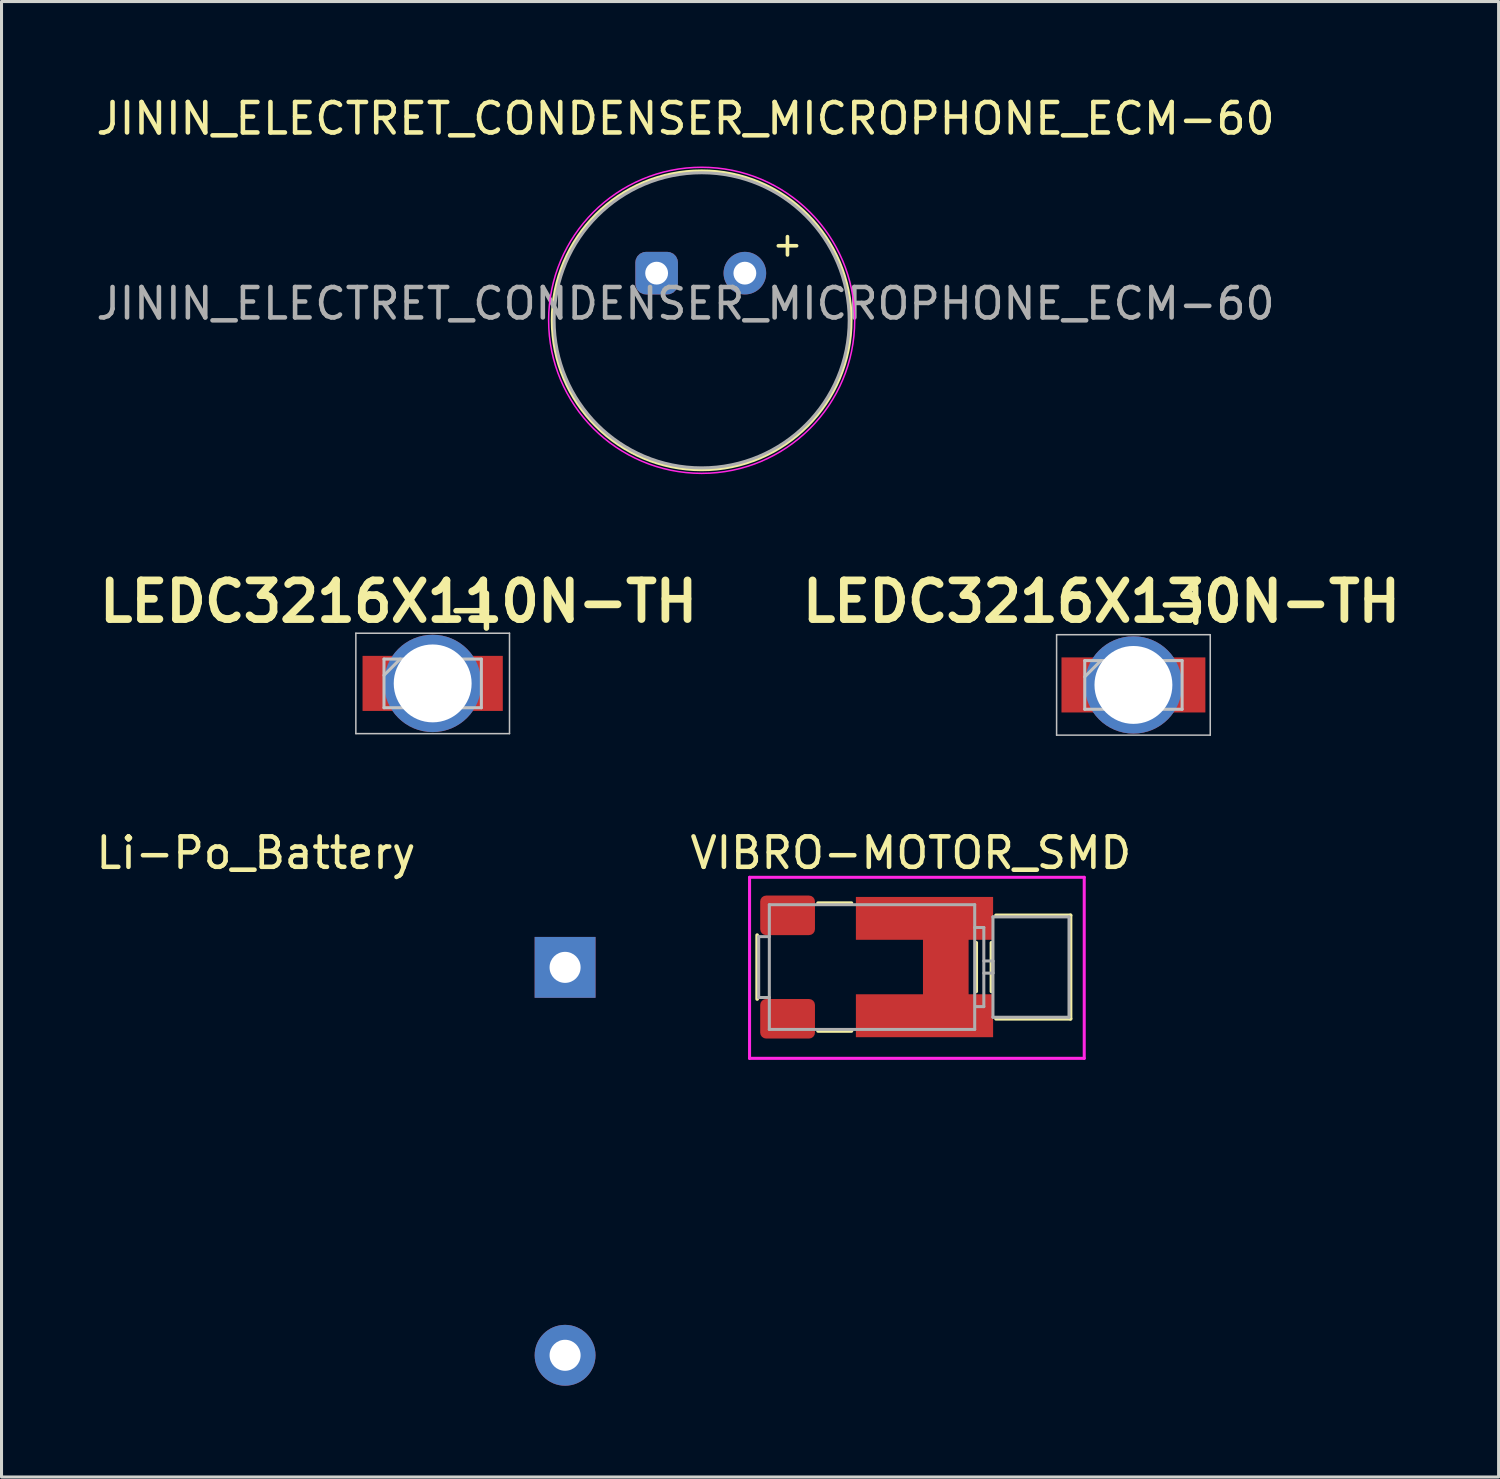
<source format=kicad_pcb>
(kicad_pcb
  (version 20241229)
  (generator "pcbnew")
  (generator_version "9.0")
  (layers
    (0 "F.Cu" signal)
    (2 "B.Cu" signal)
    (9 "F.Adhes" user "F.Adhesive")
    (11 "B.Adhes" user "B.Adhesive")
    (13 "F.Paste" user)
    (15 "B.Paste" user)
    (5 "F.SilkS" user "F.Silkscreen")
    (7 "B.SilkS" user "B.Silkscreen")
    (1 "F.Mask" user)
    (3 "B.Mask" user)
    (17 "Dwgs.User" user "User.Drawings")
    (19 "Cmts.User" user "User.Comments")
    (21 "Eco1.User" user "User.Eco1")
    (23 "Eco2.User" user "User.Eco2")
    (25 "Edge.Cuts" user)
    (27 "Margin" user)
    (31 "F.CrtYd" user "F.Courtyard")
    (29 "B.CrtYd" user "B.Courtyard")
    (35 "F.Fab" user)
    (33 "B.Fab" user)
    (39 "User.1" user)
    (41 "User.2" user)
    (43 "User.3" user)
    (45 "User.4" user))
  (footprint "JININ_ELECTRET_CONDENSER_MICROPHONE_ECM-60"
    (layer "F.Cu")
    (at 18.532 5.928)
    (property "Reference" "JININ_ELECTRET_CONDENSER_MICROPHONE_ECM-60" (at 0.95 -5.08 0) (layer "F.SilkS") (effects (font (size 1 1) (thickness 0.15))))
    (attr through_hole)
    (fp_line (start 4.3 -1.2) (end 4.3 -0.6) (stroke (width 0.12) (type default)) (layer "F.SilkS"))
    (fp_line (start 4.3 -0.9) (end 4 -0.9) (stroke (width 0.12) (type default)) (layer "F.SilkS"))
    (fp_line (start 4.3 -0.9) (end 4.6 -0.9) (stroke (width 0.12) (type default)) (layer "F.SilkS"))
    (fp_circle (center 1.48 1.55) (end 6.38 1.55) (stroke (width 0.12) (type default)) (fill no) (layer "F.SilkS"))
    (fp_circle (center 1.48 1.55) (end 6.51 1.55) (stroke (width 0.05) (type default)) (fill no) (layer "F.CrtYd"))
    (fp_circle (center 1.48 1.55) (end 6.33 1.55) (stroke (width 0.1) (type default)) (fill no) (layer "F.Fab"))
    (fp_text user "${REFERENCE}" (at 0.95 1 0) (layer "F.Fab") (effects (font (size 1 1) (thickness 0.15))))
    (pad "1" thru_hole roundrect (at 0 0) (size 1.4 1.4) (drill 0.75) (layers "*.Cu" "*.Mask") (roundrect_rratio 0.25))
    (pad "2" thru_hole circle (at 2.9 0) (size 1.4 1.4) (drill 0.75) (layers "*.Cu" "*.Mask")))
  (footprint "VIBRO-MOTOR_SMD"
    (layer "F.Cu")
    (at 23.086 28.735)
    (property "Reference" "VIBRO-MOTOR_SMD" (at 3.8 -3.75 0) (layer "F.SilkS") (effects (font (size 1 1) (thickness 0.15))))
    (attr through_hole)
    (fp_line (start -1.25 -1.05) (end -1.25 1.05) (stroke (width 0.12) (type solid)) (layer "F.SilkS"))
    (fp_line (start 0.75 -2.1) (end 1.85 -2.1) (stroke (width 0.12) (type solid)) (layer "F.SilkS"))
    (fp_line (start 0.75 2.1) (end 1.85 2.1) (stroke (width 0.12) (type solid)) (layer "F.SilkS"))
    (fp_line (start 5.95 -0.8) (end 5.95 0.8) (stroke (width 0.12) (type solid)) (layer "F.SilkS"))
    (fp_line (start 6.45 -0.8) (end 6.45 0.8) (stroke (width 0.12) (type solid)) (layer "F.SilkS"))
    (fp_line (start 6.6 -1.7) (end 9.05 -1.7) (stroke (width 0.12) (type solid)) (layer "F.SilkS"))
    (fp_line (start 9.05 -1.7) (end 9.05 1.7) (stroke (width 0.12) (type solid)) (layer "F.SilkS"))
    (fp_line (start 9.05 1.7) (end 6.6 1.7) (stroke (width 0.12) (type solid)) (layer "F.SilkS"))
    (fp_line (start -1.5 -2.95) (end 9.5 -2.95) (stroke (width 0.1) (type solid)) (layer "F.CrtYd"))
    (fp_line (start -1.5 3) (end -1.5 -2.95) (stroke (width 0.1) (type solid)) (layer "F.CrtYd"))
    (fp_line (start 9.5 -2.95) (end 9.5 3) (stroke (width 0.1) (type solid)) (layer "F.CrtYd"))
    (fp_line (start 9.5 3) (end -1.5 3) (stroke (width 0.1) (type solid)) (layer "F.CrtYd"))
    (fp_line (start -1.2 -1) (end -1.2 1) (stroke (width 0.1) (type solid)) (layer "F.Fab"))
    (fp_line (start -1.2 1) (end -0.85 1) (stroke (width 0.1) (type solid)) (layer "F.Fab"))
    (fp_line (start -0.85 -2.05) (end -0.85 2.05) (stroke (width 0.1) (type solid)) (layer "F.Fab"))
    (fp_line (start -0.85 -1) (end -1.2 -1) (stroke (width 0.1) (type solid)) (layer "F.Fab"))
    (fp_line (start -0.85 2.05) (end 5.9 2.05) (stroke (width 0.1) (type solid)) (layer "F.Fab"))
    (fp_line (start 5.9 -2.05) (end -0.85 -2.05) (stroke (width 0.1) (type solid)) (layer "F.Fab"))
    (fp_line (start 5.9 -1.3) (end 6.2 -1.3) (stroke (width 0.1) (type solid)) (layer "F.Fab"))
    (fp_line (start 5.9 2.05) (end 5.9 -2.05) (stroke (width 0.1) (type solid)) (layer "F.Fab"))
    (fp_line (start 6.2 -1.3) (end 6.2 1.3) (stroke (width 0.1) (type solid)) (layer "F.Fab"))
    (fp_line (start 6.2 -0.2) (end 6.5 -0.2) (stroke (width 0.1) (type solid)) (layer "F.Fab"))
    (fp_line (start 6.2 1.3) (end 5.95 1.3) (stroke (width 0.1) (type solid)) (layer "F.Fab"))
    (fp_line (start 6.5 -1.65) (end 6.5 1.65) (stroke (width 0.1) (type solid)) (layer "F.Fab"))
    (fp_line (start 6.5 -0.2) (end 6.5 0.2) (stroke (width 0.1) (type solid)) (layer "F.Fab"))
    (fp_line (start 6.5 0.2) (end 6.2 0.2) (stroke (width 0.1) (type solid)) (layer "F.Fab"))
    (fp_line (start 6.5 1.65) (end 9 1.65) (stroke (width 0.1) (type solid)) (layer "F.Fab"))
    (fp_line (start 9 -1.65) (end 6.5 -1.65) (stroke (width 0.1) (type solid)) (layer "F.Fab"))
    (fp_line (start 9 1.65) (end 9 -1.65) (stroke (width 0.1) (type solid)) (layer "F.Fab"))
    (pad "1" smd roundrect (at -0.25 -1.7) (size 1.8 1.3) (layers "F.Cu" "F.Mask" "F.Paste") (roundrect_rratio 0.15))
    (pad "2" smd roundrect (at -0.25 1.7) (size 1.8 1.3) (layers "F.Cu" "F.Mask" "F.Paste") (roundrect_rratio 0.15))
    (pad "3" smd custom (at 4.95 0) (size 1.5 4.2) (layers "F.Cu" "F.Mask" "F.Paste") (options (anchor rect)) (primitives (gr_poly (pts (xy -2.95 -2.3) (xy 1.55 -2.3) (xy 1.55 -0.9) (xy -2.95 -0.9)) (width 0.01) (fill yes)) (gr_poly (pts (xy -2.95 0.9) (xy 1.55 0.9) (xy 1.55 2.3) (xy -2.95 2.3)) (width 0.01) (fill yes)))))
  (footprint "LEDC3216X110N-TH"
    (layer "F.Cu")
    (at 11.171 19.412)
    (property "Reference" "LEDC3216X110N-TH" (at -1.12 -2.69 0) (layer "F.SilkS") (effects (font (size 1.27 1.27) (thickness 0.254))))
    (attr smd)
    (fp_line (start -2.525 -1.65) (end 2.525 -1.65) (stroke (width 0.05) (type solid)) (layer "Dwgs.User"))
    (fp_line (start -2.525 1.65) (end -2.525 -1.65) (stroke (width 0.05) (type solid)) (layer "Dwgs.User"))
    (fp_line (start -1.6 -0.8) (end 1.6 -0.8) (stroke (width 0.1) (type solid)) (layer "Dwgs.User"))
    (fp_line (start -1.6 -0.267) (end -1.067 -0.8) (stroke (width 0.1) (type solid)) (layer "Dwgs.User"))
    (fp_line (start -1.6 0.8) (end -1.6 -0.8) (stroke (width 0.1) (type solid)) (layer "Dwgs.User"))
    (fp_line (start 1.6 -0.8) (end 1.6 0.8) (stroke (width 0.1) (type solid)) (layer "Dwgs.User"))
    (fp_line (start 1.6 0.8) (end -1.6 0.8) (stroke (width 0.1) (type solid)) (layer "Dwgs.User"))
    (fp_line (start 2.525 -1.65) (end 2.525 1.65) (stroke (width 0.05) (type solid)) (layer "Dwgs.User"))
    (fp_line (start 2.525 1.65) (end -2.525 1.65) (stroke (width 0.05) (type solid)) (layer "Dwgs.User"))
    (fp_text user "T" (at 1.22 -2.39 270) (unlocked yes) (layer "F.SilkS") (effects (font (size 1 2) (thickness 0.18))))
    (pad "1" smd custom (at -1.82 0) (size 0.7 1.8) (layers "F.Cu" "F.Mask" "F.Paste") (options (anchor rect)) (primitives (gr_poly (pts (xy -0.48 0.9) (xy 0.7 0.9) (xy 0.66 0.84) (xy 0.62 0.78) (xy 0.56 0.67) (xy 0.49 0.51) (xy 0.45 0.37) (xy 0.42 0.23) (xy 0.41 0.12) (xy 0.4 -0.01) (xy 0.41 -0.14) (xy 0.42 -0.22) (xy 0.44 -0.33) (xy 0.47 -0.44) (xy 0.5 -0.53) (xy 0.53 -0.6) (xy 0.55 -0.65) (xy 0.58 -0.71) (xy 0.62 -0.78) (xy 0.65 -0.83) (xy 0.7 -0.9) (xy -0.48 -0.9)) (width 0.01) (fill yes))))
    (pad "2" smd custom (at 1.82 0) (size 0.7 1.8) (layers "F.Cu" "F.Mask" "F.Paste") (options (anchor rect)) (primitives (gr_poly (pts (xy 0.48 -0.9) (xy -0.7 -0.9) (xy -0.66 -0.84) (xy -0.62 -0.78) (xy -0.56 -0.67) (xy -0.49 -0.51) (xy -0.45 -0.37) (xy -0.42 -0.23) (xy -0.41 -0.12) (xy -0.4 0.01) (xy -0.41 0.14) (xy -0.42 0.22) (xy -0.44 0.33) (xy -0.47 0.44) (xy -0.5 0.53) (xy -0.53 0.6) (xy -0.55 0.65) (xy -0.58 0.71) (xy -0.62 0.78) (xy -0.65 0.83) (xy -0.7 0.9) (xy 0.48 0.9)) (width 0.01) (fill yes))))
    (pad "3" thru_hole circle (at 0 0) (size 3.2 3.2) (drill 2.56) (layers "B.Cu" "B.Mask")))
  (footprint "Li-Po_Battery"
    (layer "F.Cu")
    (at 15.523 35.145)
    (property "Reference" "Li-Po_Battery" (at -10.16 -10.16 180) (layer "F.SilkS") (effects (font (size 1 1) (thickness 0.15))))
    (attr through_hole)
    (pad "1" thru_hole rect (at 0 -6.4) (size 2 2) (drill 1.02) (layers "*.Cu" "*.Mask"))
    (pad "2" thru_hole circle (at 0 6.35) (size 2 2) (drill 1.02) (layers "*.Cu" "*.Mask")))
  (footprint "LEDC3216X130N-TH"
    (layer "F.Cu")
    (at 34.203 19.462)
    (property "Reference" "LEDC3216X130N-TH" (at -1.05 -2.74 0) (layer "F.SilkS") (effects (font (size 1.27 1.27) (thickness 0.254))))
    (attr smd)
    (fp_line (start -2.525 -1.65) (end 2.525 -1.65) (stroke (width 0.05) (type solid)) (layer "Dwgs.User"))
    (fp_line (start -2.525 1.65) (end -2.525 -1.65) (stroke (width 0.05) (type solid)) (layer "Dwgs.User"))
    (fp_line (start -1.6 -0.8) (end 1.6 -0.8) (stroke (width 0.1) (type solid)) (layer "Dwgs.User"))
    (fp_line (start -1.6 -0.267) (end -1.067 -0.8) (stroke (width 0.1) (type solid)) (layer "Dwgs.User"))
    (fp_line (start -1.6 0.8) (end -1.6 -0.8) (stroke (width 0.1) (type solid)) (layer "Dwgs.User"))
    (fp_line (start 1.6 -0.8) (end 1.6 0.8) (stroke (width 0.1) (type solid)) (layer "Dwgs.User"))
    (fp_line (start 1.6 0.8) (end -1.6 0.8) (stroke (width 0.1) (type solid)) (layer "Dwgs.User"))
    (fp_line (start 2.525 -1.65) (end 2.525 1.65) (stroke (width 0.05) (type solid)) (layer "Dwgs.User"))
    (fp_line (start 2.525 1.65) (end -2.525 1.65) (stroke (width 0.05) (type solid)) (layer "Dwgs.User"))
    (fp_text user "T" (at 1.5 -2.63 270) (unlocked yes) (layer "F.SilkS") (effects (font (size 1 2) (thickness 0.18))))
    (pad "1" smd custom (at -1.88 0) (size 0.7 1.8) (layers "F.Cu" "F.Mask" "F.Paste") (options (anchor rect)) (primitives (gr_poly (pts (xy -0.48 0.9) (xy 0.7 0.9) (xy 0.66 0.84) (xy 0.62 0.78) (xy 0.56 0.67) (xy 0.49 0.51) (xy 0.45 0.37) (xy 0.42 0.23) (xy 0.41 0.12) (xy 0.4 -0.01) (xy 0.41 -0.14) (xy 0.42 -0.22) (xy 0.44 -0.33) (xy 0.47 -0.44) (xy 0.5 -0.53) (xy 0.53 -0.6) (xy 0.55 -0.65) (xy 0.58 -0.71) (xy 0.62 -0.78) (xy 0.65 -0.83) (xy 0.7 -0.9) (xy -0.48 -0.9)) (width 0.01) (fill yes))))
    (pad "2" smd custom (at 1.88 0) (size 0.7 1.8) (layers "F.Cu" "F.Mask" "F.Paste") (options (anchor rect)) (primitives (gr_poly (pts (xy 0.48 -0.9) (xy -0.7 -0.9) (xy -0.66 -0.84) (xy -0.62 -0.78) (xy -0.56 -0.67) (xy -0.49 -0.51) (xy -0.45 -0.37) (xy -0.42 -0.23) (xy -0.41 -0.12) (xy -0.4 0.01) (xy -0.41 0.14) (xy -0.42 0.22) (xy -0.44 0.33) (xy -0.47 0.44) (xy -0.5 0.53) (xy -0.53 0.6) (xy -0.55 0.65) (xy -0.58 0.71) (xy -0.62 0.78) (xy -0.65 0.83) (xy -0.7 0.9) (xy 0.48 0.9)) (width 0.01) (fill yes))))
    (pad "3" thru_hole circle (at 0 0) (size 3.2 3.2) (drill 2.56) (layers "B.Cu" "B.Mask")))
  (gr_rect
    (start -3 -3)
    (end 46.205 45.495)
    (stroke (width 0.1) (type default))
    (fill no)
    (layer "Edge.Cuts")))
</source>
